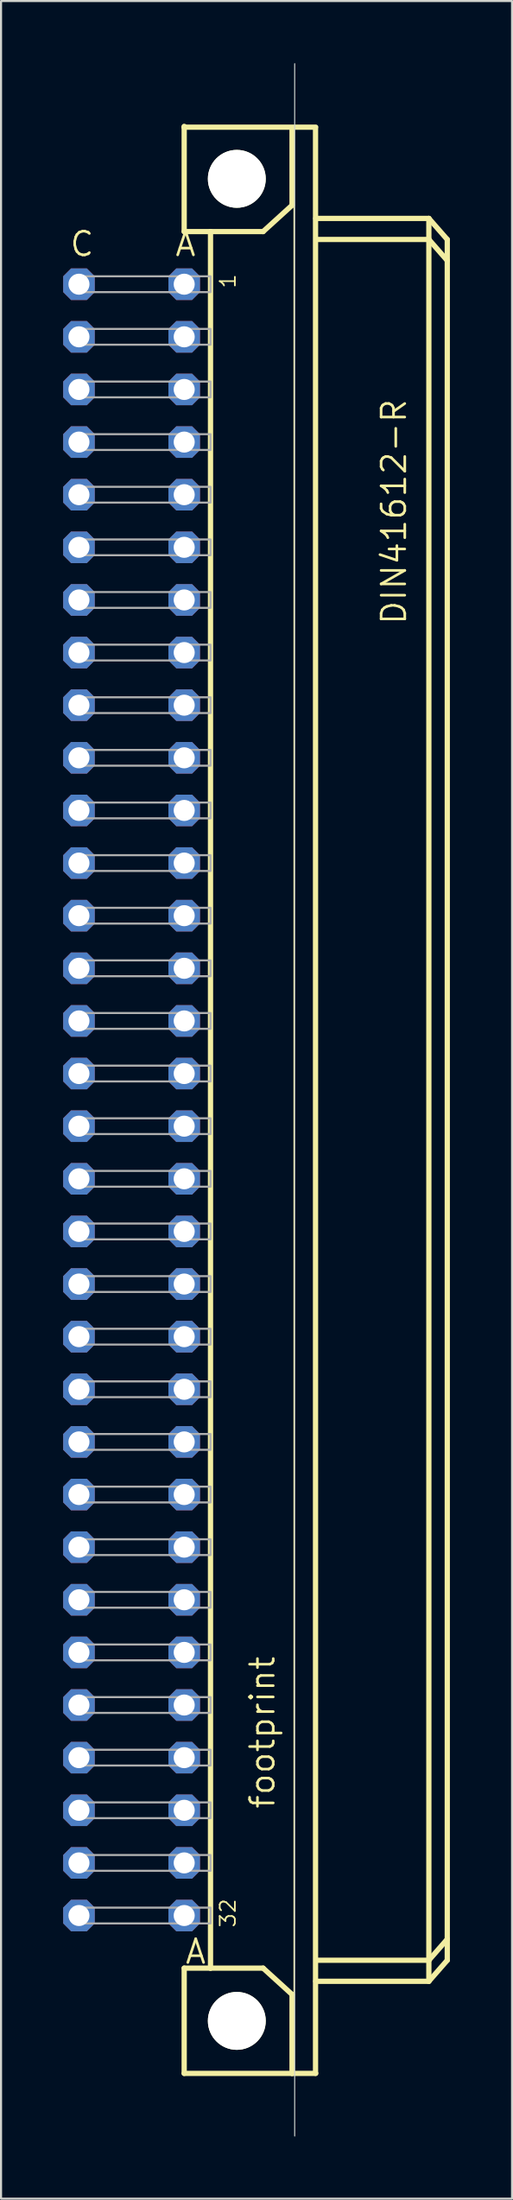
<source format=kicad_pcb>
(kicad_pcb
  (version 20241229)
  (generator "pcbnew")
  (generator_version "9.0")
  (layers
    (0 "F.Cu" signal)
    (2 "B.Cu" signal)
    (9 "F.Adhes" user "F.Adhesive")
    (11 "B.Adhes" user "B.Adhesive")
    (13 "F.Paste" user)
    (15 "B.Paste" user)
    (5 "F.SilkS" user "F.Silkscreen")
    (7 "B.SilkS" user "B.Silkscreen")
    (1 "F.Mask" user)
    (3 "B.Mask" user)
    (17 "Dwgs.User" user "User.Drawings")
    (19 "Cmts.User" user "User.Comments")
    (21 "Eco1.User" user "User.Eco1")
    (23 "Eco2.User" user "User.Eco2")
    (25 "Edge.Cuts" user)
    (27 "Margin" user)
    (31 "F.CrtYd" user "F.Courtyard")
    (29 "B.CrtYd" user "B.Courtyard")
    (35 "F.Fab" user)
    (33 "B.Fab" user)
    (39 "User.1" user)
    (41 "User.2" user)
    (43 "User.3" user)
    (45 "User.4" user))
  (footprint "footprint"
    (layer "F.Cu")
    (at 8.382 50.038)
    (property "Reference" "footprint" (at 1.905 34.29 90) (layer "F.SilkS") (effects (font (size 1.143 1.143) (thickness 0.127)) (justify left bottom)))
    (fp_line (start -2.54 -46.99) (end -2.54 -46.95) (stroke (width 0.254) (type solid)) (layer "F.SilkS"))
    (fp_line (start -2.54 -46.95) (end -2.54 -41.91) (stroke (width 0.254) (type solid)) (layer "F.SilkS"))
    (fp_line (start -2.54 -46.95) (end 3.81 -46.95) (stroke (width 0.254) (type solid)) (layer "F.SilkS"))
    (fp_line (start -2.54 -41.91) (end -1.27 -41.91) (stroke (width 0.254) (type solid)) (layer "F.SilkS"))
    (fp_line (start -2.54 41.91) (end -1.27 41.91) (stroke (width 0.254) (type solid)) (layer "F.SilkS"))
    (fp_line (start -2.54 46.99) (end -2.54 41.91) (stroke (width 0.254) (type solid)) (layer "F.SilkS"))
    (fp_line (start -2.54 46.99) (end 2.667 46.99) (stroke (width 0.254) (type solid)) (layer "F.SilkS"))
    (fp_line (start -1.27 -41.91) (end -1.27 41.91) (stroke (width 0.254) (type solid)) (layer "F.SilkS"))
    (fp_line (start -1.27 -41.91) (end 1.27 -41.91) (stroke (width 0.254) (type solid)) (layer "F.SilkS"))
    (fp_line (start -1.27 41.91) (end 1.27 41.91) (stroke (width 0.254) (type solid)) (layer "F.SilkS"))
    (fp_line (start 1.27 -41.91) (end 2.667 -43.18) (stroke (width 0.254) (type solid)) (layer "F.SilkS"))
    (fp_line (start 1.27 41.91) (end 2.667 43.18) (stroke (width 0.254) (type solid)) (layer "F.SilkS"))
    (fp_line (start 2.667 -43.18) (end 2.667 -46.863) (stroke (width 0.254) (type solid)) (layer "F.SilkS"))
    (fp_line (start 2.667 43.18) (end 2.667 46.99) (stroke (width 0.254) (type solid)) (layer "F.SilkS"))
    (fp_line (start 2.667 46.99) (end 3.81 46.99) (stroke (width 0.254) (type solid)) (layer "F.SilkS"))
    (fp_line (start 2.76 -46.86) (end 2.76 46.987) (stroke (width 0.051) (type solid)) (layer "F.SilkS"))
    (fp_line (start 3.8 46.987) (end 3.8 -46.86) (stroke (width 0.254) (type solid)) (layer "F.SilkS"))
    (fp_line (start 3.81 -42.545) (end 9.271 -42.545) (stroke (width 0.254) (type solid)) (layer "F.SilkS"))
    (fp_line (start 3.937 41.529) (end 9.271 41.529) (stroke (width 0.254) (type solid)) (layer "F.SilkS"))
    (fp_line (start 9.271 -41.529) (end 3.937 -41.529) (stroke (width 0.254) (type solid)) (layer "F.SilkS"))
    (fp_line (start 9.271 -41.529) (end 9.271 -42.545) (stroke (width 0.254) (type solid)) (layer "F.SilkS"))
    (fp_line (start 9.271 41.529) (end 9.271 -41.529) (stroke (width 0.254) (type solid)) (layer "F.SilkS"))
    (fp_line (start 9.271 41.529) (end 10.16 40.513) (stroke (width 0.254) (type solid)) (layer "F.SilkS"))
    (fp_line (start 9.271 42.545) (end 3.81 42.545) (stroke (width 0.254) (type solid)) (layer "F.SilkS"))
    (fp_line (start 9.271 42.545) (end 9.271 41.529) (stroke (width 0.254) (type solid)) (layer "F.SilkS"))
    (fp_line (start 9.271 42.545) (end 10.16 41.529) (stroke (width 0.254) (type solid)) (layer "F.SilkS"))
    (fp_line (start 10.16 -41.529) (end 9.271 -42.545) (stroke (width 0.254) (type solid)) (layer "F.SilkS"))
    (fp_line (start 10.16 -40.513) (end 9.271 -41.529) (stroke (width 0.254) (type solid)) (layer "F.SilkS"))
    (fp_line (start 10.16 -40.513) (end 10.16 -41.529) (stroke (width 0.254) (type solid)) (layer "F.SilkS"))
    (fp_line (start 10.16 40.513) (end 10.16 -40.513) (stroke (width 0.254) (type solid)) (layer "F.SilkS"))
    (fp_line (start 10.16 41.529) (end 10.16 40.513) (stroke (width 0.254) (type solid)) (layer "F.SilkS"))
    (fp_circle (center 0 -44.456) (end 1.27 -44.456) (stroke (width 0.254) (type solid)) (fill no) (layer "F.SilkS"))
    (fp_circle (center 0 44.456) (end 1.27 44.456) (stroke (width 0.254) (type solid)) (fill no) (layer "F.SilkS"))
    (fp_line (start 2.794 50.013) (end 2.794 -50.013) (stroke (width 0.05) (type solid)) (layer "Edge.Cuts"))
    (fp_poly (pts (xy -7.874 -38.989) (xy -1.27 -38.989) (xy -1.27 -39.751) (xy -7.874 -39.751)) (stroke (width 0.1) (type solid)) (fill no) (layer "F.Fab"))
    (fp_poly (pts (xy -7.874 -36.449) (xy -1.27 -36.449) (xy -1.27 -37.211) (xy -7.874 -37.211)) (stroke (width 0.1) (type solid)) (fill no) (layer "F.Fab"))
    (fp_poly (pts (xy -7.874 -33.909) (xy -1.27 -33.909) (xy -1.27 -34.671) (xy -7.874 -34.671)) (stroke (width 0.1) (type solid)) (fill no) (layer "F.Fab"))
    (fp_poly (pts (xy -7.874 -31.369) (xy -1.27 -31.369) (xy -1.27 -32.131) (xy -7.874 -32.131)) (stroke (width 0.1) (type solid)) (fill no) (layer "F.Fab"))
    (fp_poly (pts (xy -7.874 -28.829) (xy -1.27 -28.829) (xy -1.27 -29.591) (xy -7.874 -29.591)) (stroke (width 0.1) (type solid)) (fill no) (layer "F.Fab"))
    (fp_poly (pts (xy -7.874 -26.289) (xy -1.27 -26.289) (xy -1.27 -27.051) (xy -7.874 -27.051)) (stroke (width 0.1) (type solid)) (fill no) (layer "F.Fab"))
    (fp_poly (pts (xy -7.874 -23.749) (xy -1.27 -23.749) (xy -1.27 -24.511) (xy -7.874 -24.511)) (stroke (width 0.1) (type solid)) (fill no) (layer "F.Fab"))
    (fp_poly (pts (xy -7.874 -21.209) (xy -1.27 -21.209) (xy -1.27 -21.971) (xy -7.874 -21.971)) (stroke (width 0.1) (type solid)) (fill no) (layer "F.Fab"))
    (fp_poly (pts (xy -7.874 -18.669) (xy -1.27 -18.669) (xy -1.27 -19.431) (xy -7.874 -19.431)) (stroke (width 0.1) (type solid)) (fill no) (layer "F.Fab"))
    (fp_poly (pts (xy -7.874 -16.129) (xy -1.27 -16.129) (xy -1.27 -16.891) (xy -7.874 -16.891)) (stroke (width 0.1) (type solid)) (fill no) (layer "F.Fab"))
    (fp_poly (pts (xy -7.874 -13.589) (xy -1.27 -13.589) (xy -1.27 -14.351) (xy -7.874 -14.351)) (stroke (width 0.1) (type solid)) (fill no) (layer "F.Fab"))
    (fp_poly (pts (xy -7.874 -11.049) (xy -1.27 -11.049) (xy -1.27 -11.811) (xy -7.874 -11.811)) (stroke (width 0.1) (type solid)) (fill no) (layer "F.Fab"))
    (fp_poly (pts (xy -7.874 -8.509) (xy -1.27 -8.509) (xy -1.27 -9.271) (xy -7.874 -9.271)) (stroke (width 0.1) (type solid)) (fill no) (layer "F.Fab"))
    (fp_poly (pts (xy -7.874 -5.969) (xy -1.27 -5.969) (xy -1.27 -6.731) (xy -7.874 -6.731)) (stroke (width 0.1) (type solid)) (fill no) (layer "F.Fab"))
    (fp_poly (pts (xy -7.874 -3.429) (xy -1.27 -3.429) (xy -1.27 -4.191) (xy -7.874 -4.191)) (stroke (width 0.1) (type solid)) (fill no) (layer "F.Fab"))
    (fp_poly (pts (xy -7.874 -0.889) (xy -1.27 -0.889) (xy -1.27 -1.651) (xy -7.874 -1.651)) (stroke (width 0.1) (type solid)) (fill no) (layer "F.Fab"))
    (fp_poly (pts (xy -7.874 1.651) (xy -1.27 1.651) (xy -1.27 0.889) (xy -7.874 0.889)) (stroke (width 0.1) (type solid)) (fill no) (layer "F.Fab"))
    (fp_poly (pts (xy -7.874 4.191) (xy -1.27 4.191) (xy -1.27 3.429) (xy -7.874 3.429)) (stroke (width 0.1) (type solid)) (fill no) (layer "F.Fab"))
    (fp_poly (pts (xy -7.874 6.731) (xy -1.27 6.731) (xy -1.27 5.969) (xy -7.874 5.969)) (stroke (width 0.1) (type solid)) (fill no) (layer "F.Fab"))
    (fp_poly (pts (xy -7.874 9.271) (xy -1.27 9.271) (xy -1.27 8.509) (xy -7.874 8.509)) (stroke (width 0.1) (type solid)) (fill no) (layer "F.Fab"))
    (fp_poly (pts (xy -7.874 11.811) (xy -1.27 11.811) (xy -1.27 11.049) (xy -7.874 11.049)) (stroke (width 0.1) (type solid)) (fill no) (layer "F.Fab"))
    (fp_poly (pts (xy -7.874 14.351) (xy -1.27 14.351) (xy -1.27 13.589) (xy -7.874 13.589)) (stroke (width 0.1) (type solid)) (fill no) (layer "F.Fab"))
    (fp_poly (pts (xy -7.874 16.891) (xy -1.27 16.891) (xy -1.27 16.129) (xy -7.874 16.129)) (stroke (width 0.1) (type solid)) (fill no) (layer "F.Fab"))
    (fp_poly (pts (xy -7.874 19.431) (xy -1.27 19.431) (xy -1.27 18.669) (xy -7.874 18.669)) (stroke (width 0.1) (type solid)) (fill no) (layer "F.Fab"))
    (fp_poly (pts (xy -7.874 21.971) (xy -1.27 21.971) (xy -1.27 21.209) (xy -7.874 21.209)) (stroke (width 0.1) (type solid)) (fill no) (layer "F.Fab"))
    (fp_poly (pts (xy -7.874 24.511) (xy -1.27 24.511) (xy -1.27 23.749) (xy -7.874 23.749)) (stroke (width 0.1) (type solid)) (fill no) (layer "F.Fab"))
    (fp_poly (pts (xy -7.874 27.051) (xy -1.27 27.051) (xy -1.27 26.289) (xy -7.874 26.289)) (stroke (width 0.1) (type solid)) (fill no) (layer "F.Fab"))
    (fp_poly (pts (xy -7.874 29.591) (xy -1.27 29.591) (xy -1.27 28.829) (xy -7.874 28.829)) (stroke (width 0.1) (type solid)) (fill no) (layer "F.Fab"))
    (fp_poly (pts (xy -7.874 32.131) (xy -1.27 32.131) (xy -1.27 31.369) (xy -7.874 31.369)) (stroke (width 0.1) (type solid)) (fill no) (layer "F.Fab"))
    (fp_poly (pts (xy -7.874 34.671) (xy -1.27 34.671) (xy -1.27 33.909) (xy -7.874 33.909)) (stroke (width 0.1) (type solid)) (fill no) (layer "F.Fab"))
    (fp_poly (pts (xy -7.874 37.211) (xy -1.27 37.211) (xy -1.27 36.449) (xy -7.874 36.449)) (stroke (width 0.1) (type solid)) (fill no) (layer "F.Fab"))
    (fp_poly (pts (xy -7.874 39.751) (xy -1.27 39.751) (xy -1.27 38.989) (xy -7.874 38.989)) (stroke (width 0.1) (type solid)) (fill no) (layer "F.Fab"))
    (fp_text user " A " (at -3.429 41.783 0) (layer "F.SilkS") (effects (font (size 1.143 1.143) (thickness 0.127)) (justify left bottom)))
    (fp_text user "A" (at -3.048 -40.64 0) (layer "F.SilkS") (effects (font (size 1.143 1.143) (thickness 0.127)) (justify left bottom)))
    (fp_text user "C" (at -8.128 -40.64 0) (layer "F.SilkS") (effects (font (size 1.143 1.143) (thickness 0.127)) (justify left bottom)))
    (fp_text user "DIN41612-R" (at 8.255 -22.86 90) (layer "F.SilkS") (effects (font (size 1.143 1.143) (thickness 0.127)) (justify left bottom)))
    (fp_text user "32" (at 0 40.005 90) (layer "F.SilkS") (effects (font (size 0.732 0.732) (thickness 0.081)) (justify left bottom)))
    (fp_text user "1" (at 0 -39.116 90) (layer "F.SilkS") (effects (font (size 0.732 0.732) (thickness 0.081)) (justify left bottom)))
    (pad "" np_thru_hole circle (at 0 -44.456) (size 2.794 2.794) (drill 2.794) (layers "*.Cu" "*.Mask"))
    (pad "" np_thru_hole circle (at 0 44.456) (size 2.794 2.794) (drill 2.794) (layers "*.Cu" "*.Mask"))
    (pad "A1" thru_hole roundrect (at -2.54 -39.37) (size 1.524 1.524) (drill 1.016) (layers "*.Cu" "*.Mask") (roundrect_rratio 0.25) (chamfer_ratio 0.25) (chamfer top_left top_right bottom_left bottom_right))
    (pad "A2" thru_hole roundrect (at -2.54 -36.83) (size 1.524 1.524) (drill 1.016) (layers "*.Cu" "*.Mask") (roundrect_rratio 0.25) (chamfer_ratio 0.25) (chamfer top_left top_right bottom_left bottom_right))
    (pad "A3" thru_hole roundrect (at -2.54 -34.29) (size 1.524 1.524) (drill 1.016) (layers "*.Cu" "*.Mask") (roundrect_rratio 0.25) (chamfer_ratio 0.25) (chamfer top_left top_right bottom_left bottom_right))
    (pad "A4" thru_hole roundrect (at -2.54 -31.75) (size 1.524 1.524) (drill 1.016) (layers "*.Cu" "*.Mask") (roundrect_rratio 0.25) (chamfer_ratio 0.25) (chamfer top_left top_right bottom_left bottom_right))
    (pad "A5" thru_hole roundrect (at -2.54 -29.21) (size 1.524 1.524) (drill 1.016) (layers "*.Cu" "*.Mask") (roundrect_rratio 0.25) (chamfer_ratio 0.25) (chamfer top_left top_right bottom_left bottom_right))
    (pad "A6" thru_hole roundrect (at -2.54 -26.67) (size 1.524 1.524) (drill 1.016) (layers "*.Cu" "*.Mask") (roundrect_rratio 0.25) (chamfer_ratio 0.25) (chamfer top_left top_right bottom_left bottom_right))
    (pad "A7" thru_hole roundrect (at -2.54 -24.13) (size 1.524 1.524) (drill 1.016) (layers "*.Cu" "*.Mask") (roundrect_rratio 0.25) (chamfer_ratio 0.25) (chamfer top_left top_right bottom_left bottom_right))
    (pad "A8" thru_hole roundrect (at -2.54 -21.59) (size 1.524 1.524) (drill 1.016) (layers "*.Cu" "*.Mask") (roundrect_rratio 0.25) (chamfer_ratio 0.25) (chamfer top_left top_right bottom_left bottom_right))
    (pad "A9" thru_hole roundrect (at -2.54 -19.05) (size 1.524 1.524) (drill 1.016) (layers "*.Cu" "*.Mask") (roundrect_rratio 0.25) (chamfer_ratio 0.25) (chamfer top_left top_right bottom_left bottom_right))
    (pad "A10" thru_hole roundrect (at -2.54 -16.51) (size 1.524 1.524) (drill 1.016) (layers "*.Cu" "*.Mask") (roundrect_rratio 0.25) (chamfer_ratio 0.25) (chamfer top_left top_right bottom_left bottom_right))
    (pad "A11" thru_hole roundrect (at -2.54 -13.97) (size 1.524 1.524) (drill 1.016) (layers "*.Cu" "*.Mask") (roundrect_rratio 0.25) (chamfer_ratio 0.25) (chamfer top_left top_right bottom_left bottom_right))
    (pad "A12" thru_hole roundrect (at -2.54 -11.43) (size 1.524 1.524) (drill 1.016) (layers "*.Cu" "*.Mask") (roundrect_rratio 0.25) (chamfer_ratio 0.25) (chamfer top_left top_right bottom_left bottom_right))
    (pad "A13" thru_hole roundrect (at -2.54 -8.89) (size 1.524 1.524) (drill 1.016) (layers "*.Cu" "*.Mask") (roundrect_rratio 0.25) (chamfer_ratio 0.25) (chamfer top_left top_right bottom_left bottom_right))
    (pad "A14" thru_hole roundrect (at -2.54 -6.35) (size 1.524 1.524) (drill 1.016) (layers "*.Cu" "*.Mask") (roundrect_rratio 0.25) (chamfer_ratio 0.25) (chamfer top_left top_right bottom_left bottom_right))
    (pad "A15" thru_hole roundrect (at -2.54 -3.81) (size 1.524 1.524) (drill 1.016) (layers "*.Cu" "*.Mask") (roundrect_rratio 0.25) (chamfer_ratio 0.25) (chamfer top_left top_right bottom_left bottom_right))
    (pad "A16" thru_hole roundrect (at -2.54 -1.27) (size 1.524 1.524) (drill 1.016) (layers "*.Cu" "*.Mask") (roundrect_rratio 0.25) (chamfer_ratio 0.25) (chamfer top_left top_right bottom_left bottom_right))
    (pad "A17" thru_hole roundrect (at -2.54 1.27) (size 1.524 1.524) (drill 1.016) (layers "*.Cu" "*.Mask") (roundrect_rratio 0.25) (chamfer_ratio 0.25) (chamfer top_left top_right bottom_left bottom_right))
    (pad "A18" thru_hole roundrect (at -2.54 3.81) (size 1.524 1.524) (drill 1.016) (layers "*.Cu" "*.Mask") (roundrect_rratio 0.25) (chamfer_ratio 0.25) (chamfer top_left top_right bottom_left bottom_right))
    (pad "A19" thru_hole roundrect (at -2.54 6.35) (size 1.524 1.524) (drill 1.016) (layers "*.Cu" "*.Mask") (roundrect_rratio 0.25) (chamfer_ratio 0.25) (chamfer top_left top_right bottom_left bottom_right))
    (pad "A20" thru_hole roundrect (at -2.54 8.89) (size 1.524 1.524) (drill 1.016) (layers "*.Cu" "*.Mask") (roundrect_rratio 0.25) (chamfer_ratio 0.25) (chamfer top_left top_right bottom_left bottom_right))
    (pad "A21" thru_hole roundrect (at -2.54 11.43) (size 1.524 1.524) (drill 1.016) (layers "*.Cu" "*.Mask") (roundrect_rratio 0.25) (chamfer_ratio 0.25) (chamfer top_left top_right bottom_left bottom_right))
    (pad "A22" thru_hole roundrect (at -2.54 13.97) (size 1.524 1.524) (drill 1.016) (layers "*.Cu" "*.Mask") (roundrect_rratio 0.25) (chamfer_ratio 0.25) (chamfer top_left top_right bottom_left bottom_right))
    (pad "A23" thru_hole roundrect (at -2.54 16.51) (size 1.524 1.524) (drill 1.016) (layers "*.Cu" "*.Mask") (roundrect_rratio 0.25) (chamfer_ratio 0.25) (chamfer top_left top_right bottom_left bottom_right))
    (pad "A24" thru_hole roundrect (at -2.54 19.05) (size 1.524 1.524) (drill 1.016) (layers "*.Cu" "*.Mask") (roundrect_rratio 0.25) (chamfer_ratio 0.25) (chamfer top_left top_right bottom_left bottom_right))
    (pad "A25" thru_hole roundrect (at -2.54 21.59) (size 1.524 1.524) (drill 1.016) (layers "*.Cu" "*.Mask") (roundrect_rratio 0.25) (chamfer_ratio 0.25) (chamfer top_left top_right bottom_left bottom_right))
    (pad "A26" thru_hole roundrect (at -2.54 24.13) (size 1.524 1.524) (drill 1.016) (layers "*.Cu" "*.Mask") (roundrect_rratio 0.25) (chamfer_ratio 0.25) (chamfer top_left top_right bottom_left bottom_right))
    (pad "A27" thru_hole roundrect (at -2.54 26.67) (size 1.524 1.524) (drill 1.016) (layers "*.Cu" "*.Mask") (roundrect_rratio 0.25) (chamfer_ratio 0.25) (chamfer top_left top_right bottom_left bottom_right))
    (pad "A28" thru_hole roundrect (at -2.54 29.21) (size 1.524 1.524) (drill 1.016) (layers "*.Cu" "*.Mask") (roundrect_rratio 0.25) (chamfer_ratio 0.25) (chamfer top_left top_right bottom_left bottom_right))
    (pad "A29" thru_hole roundrect (at -2.54 31.75) (size 1.524 1.524) (drill 1.016) (layers "*.Cu" "*.Mask") (roundrect_rratio 0.25) (chamfer_ratio 0.25) (chamfer top_left top_right bottom_left bottom_right))
    (pad "A30" thru_hole roundrect (at -2.54 34.29) (size 1.524 1.524) (drill 1.016) (layers "*.Cu" "*.Mask") (roundrect_rratio 0.25) (chamfer_ratio 0.25) (chamfer top_left top_right bottom_left bottom_right))
    (pad "A31" thru_hole roundrect (at -2.54 36.83) (size 1.524 1.524) (drill 1.016) (layers "*.Cu" "*.Mask") (roundrect_rratio 0.25) (chamfer_ratio 0.25) (chamfer top_left top_right bottom_left bottom_right))
    (pad "A32" thru_hole roundrect (at -2.54 39.37) (size 1.524 1.524) (drill 1.016) (layers "*.Cu" "*.Mask") (roundrect_rratio 0.25) (chamfer_ratio 0.25) (chamfer top_left top_right bottom_left bottom_right))
    (pad "C1" thru_hole roundrect (at -7.62 -39.37) (size 1.524 1.524) (drill 1.016) (layers "*.Cu" "*.Mask") (roundrect_rratio 0.25) (chamfer_ratio 0.25) (chamfer top_left top_right bottom_left bottom_right))
    (pad "C2" thru_hole roundrect (at -7.62 -36.83) (size 1.524 1.524) (drill 1.016) (layers "*.Cu" "*.Mask") (roundrect_rratio 0.25) (chamfer_ratio 0.25) (chamfer top_left top_right bottom_left bottom_right))
    (pad "C3" thru_hole roundrect (at -7.62 -34.29) (size 1.524 1.524) (drill 1.016) (layers "*.Cu" "*.Mask") (roundrect_rratio 0.25) (chamfer_ratio 0.25) (chamfer top_left top_right bottom_left bottom_right))
    (pad "C4" thru_hole roundrect (at -7.62 -31.75) (size 1.524 1.524) (drill 1.016) (layers "*.Cu" "*.Mask") (roundrect_rratio 0.25) (chamfer_ratio 0.25) (chamfer top_left top_right bottom_left bottom_right))
    (pad "C5" thru_hole roundrect (at -7.62 -29.21) (size 1.524 1.524) (drill 1.016) (layers "*.Cu" "*.Mask") (roundrect_rratio 0.25) (chamfer_ratio 0.25) (chamfer top_left top_right bottom_left bottom_right))
    (pad "C6" thru_hole roundrect (at -7.62 -26.67) (size 1.524 1.524) (drill 1.016) (layers "*.Cu" "*.Mask") (roundrect_rratio 0.25) (chamfer_ratio 0.25) (chamfer top_left top_right bottom_left bottom_right))
    (pad "C7" thru_hole roundrect (at -7.62 -24.13) (size 1.524 1.524) (drill 1.016) (layers "*.Cu" "*.Mask") (roundrect_rratio 0.25) (chamfer_ratio 0.25) (chamfer top_left top_right bottom_left bottom_right))
    (pad "C8" thru_hole roundrect (at -7.62 -21.59) (size 1.524 1.524) (drill 1.016) (layers "*.Cu" "*.Mask") (roundrect_rratio 0.25) (chamfer_ratio 0.25) (chamfer top_left top_right bottom_left bottom_right))
    (pad "C9" thru_hole roundrect (at -7.62 -19.05) (size 1.524 1.524) (drill 1.016) (layers "*.Cu" "*.Mask") (roundrect_rratio 0.25) (chamfer_ratio 0.25) (chamfer top_left top_right bottom_left bottom_right))
    (pad "C10" thru_hole roundrect (at -7.62 -16.51) (size 1.524 1.524) (drill 1.016) (layers "*.Cu" "*.Mask") (roundrect_rratio 0.25) (chamfer_ratio 0.25) (chamfer top_left top_right bottom_left bottom_right))
    (pad "C11" thru_hole roundrect (at -7.62 -13.97) (size 1.524 1.524) (drill 1.016) (layers "*.Cu" "*.Mask") (roundrect_rratio 0.25) (chamfer_ratio 0.25) (chamfer top_left top_right bottom_left bottom_right))
    (pad "C12" thru_hole roundrect (at -7.62 -11.43) (size 1.524 1.524) (drill 1.016) (layers "*.Cu" "*.Mask") (roundrect_rratio 0.25) (chamfer_ratio 0.25) (chamfer top_left top_right bottom_left bottom_right))
    (pad "C13" thru_hole roundrect (at -7.62 -8.89) (size 1.524 1.524) (drill 1.016) (layers "*.Cu" "*.Mask") (roundrect_rratio 0.25) (chamfer_ratio 0.25) (chamfer top_left top_right bottom_left bottom_right))
    (pad "C14" thru_hole roundrect (at -7.62 -6.35) (size 1.524 1.524) (drill 1.016) (layers "*.Cu" "*.Mask") (roundrect_rratio 0.25) (chamfer_ratio 0.25) (chamfer top_left top_right bottom_left bottom_right))
    (pad "C15" thru_hole roundrect (at -7.62 -3.81) (size 1.524 1.524) (drill 1.016) (layers "*.Cu" "*.Mask") (roundrect_rratio 0.25) (chamfer_ratio 0.25) (chamfer top_left top_right bottom_left bottom_right))
    (pad "C16" thru_hole roundrect (at -7.62 -1.27) (size 1.524 1.524) (drill 1.016) (layers "*.Cu" "*.Mask") (roundrect_rratio 0.25) (chamfer_ratio 0.25) (chamfer top_left top_right bottom_left bottom_right))
    (pad "C17" thru_hole roundrect (at -7.62 1.27) (size 1.524 1.524) (drill 1.016) (layers "*.Cu" "*.Mask") (roundrect_rratio 0.25) (chamfer_ratio 0.25) (chamfer top_left top_right bottom_left bottom_right))
    (pad "C18" thru_hole roundrect (at -7.62 3.81) (size 1.524 1.524) (drill 1.016) (layers "*.Cu" "*.Mask") (roundrect_rratio 0.25) (chamfer_ratio 0.25) (chamfer top_left top_right bottom_left bottom_right))
    (pad "C19" thru_hole roundrect (at -7.62 6.35) (size 1.524 1.524) (drill 1.016) (layers "*.Cu" "*.Mask") (roundrect_rratio 0.25) (chamfer_ratio 0.25) (chamfer top_left top_right bottom_left bottom_right))
    (pad "C20" thru_hole roundrect (at -7.62 8.89) (size 1.524 1.524) (drill 1.016) (layers "*.Cu" "*.Mask") (roundrect_rratio 0.25) (chamfer_ratio 0.25) (chamfer top_left top_right bottom_left bottom_right))
    (pad "C21" thru_hole roundrect (at -7.62 11.43) (size 1.524 1.524) (drill 1.016) (layers "*.Cu" "*.Mask") (roundrect_rratio 0.25) (chamfer_ratio 0.25) (chamfer top_left top_right bottom_left bottom_right))
    (pad "C22" thru_hole roundrect (at -7.62 13.97) (size 1.524 1.524) (drill 1.016) (layers "*.Cu" "*.Mask") (roundrect_rratio 0.25) (chamfer_ratio 0.25) (chamfer top_left top_right bottom_left bottom_right))
    (pad "C23" thru_hole roundrect (at -7.62 16.51) (size 1.524 1.524) (drill 1.016) (layers "*.Cu" "*.Mask") (roundrect_rratio 0.25) (chamfer_ratio 0.25) (chamfer top_left top_right bottom_left bottom_right))
    (pad "C24" thru_hole roundrect (at -7.62 19.05) (size 1.524 1.524) (drill 1.016) (layers "*.Cu" "*.Mask") (roundrect_rratio 0.25) (chamfer_ratio 0.25) (chamfer top_left top_right bottom_left bottom_right))
    (pad "C25" thru_hole roundrect (at -7.62 21.59) (size 1.524 1.524) (drill 1.016) (layers "*.Cu" "*.Mask") (roundrect_rratio 0.25) (chamfer_ratio 0.25) (chamfer top_left top_right bottom_left bottom_right))
    (pad "C26" thru_hole roundrect (at -7.62 24.13) (size 1.524 1.524) (drill 1.016) (layers "*.Cu" "*.Mask") (roundrect_rratio 0.25) (chamfer_ratio 0.25) (chamfer top_left top_right bottom_left bottom_right))
    (pad "C27" thru_hole roundrect (at -7.62 26.67) (size 1.524 1.524) (drill 1.016) (layers "*.Cu" "*.Mask") (roundrect_rratio 0.25) (chamfer_ratio 0.25) (chamfer top_left top_right bottom_left bottom_right))
    (pad "C28" thru_hole roundrect (at -7.62 29.21) (size 1.524 1.524) (drill 1.016) (layers "*.Cu" "*.Mask") (roundrect_rratio 0.25) (chamfer_ratio 0.25) (chamfer top_left top_right bottom_left bottom_right))
    (pad "C29" thru_hole roundrect (at -7.62 31.75) (size 1.524 1.524) (drill 1.016) (layers "*.Cu" "*.Mask") (roundrect_rratio 0.25) (chamfer_ratio 0.25) (chamfer top_left top_right bottom_left bottom_right))
    (pad "C30" thru_hole roundrect (at -7.62 34.29) (size 1.524 1.524) (drill 1.016) (layers "*.Cu" "*.Mask") (roundrect_rratio 0.25) (chamfer_ratio 0.25) (chamfer top_left top_right bottom_left bottom_right))
    (pad "C31" thru_hole roundrect (at -7.62 36.83) (size 1.524 1.524) (drill 1.016) (layers "*.Cu" "*.Mask") (roundrect_rratio 0.25) (chamfer_ratio 0.25) (chamfer top_left top_right bottom_left bottom_right))
    (pad "C32" thru_hole roundrect (at -7.62 39.37) (size 1.524 1.524) (drill 1.016) (layers "*.Cu" "*.Mask") (roundrect_rratio 0.25) (chamfer_ratio 0.25) (chamfer top_left top_right bottom_left bottom_right))
    (zone (net_name "") (layers "F.Cu" "B.Cu") (hatch edge 0.508) (connect_pads) (min_thickness 0.254) (filled_areas_thickness no) (keepout (tracks allowed) (vias not_allowed) (pads allowed) (copperpour allowed) (footprints allowed)) (placement (enabled no)) (fill) (polygon (pts (xy 11.557 5.581) (xy 11.509 5.03) (xy 11.366 4.495) (xy 11.132 3.994) (xy 10.814 3.54) (xy 10.423 3.149) (xy 9.97 2.832) (xy 9.468 2.598) (xy 8.933 2.454) (xy 8.382 2.406) (xy 7.831 2.454) (xy 7.296 2.598) (xy 6.795 2.832) (xy 6.341 3.149) (xy 5.95 3.54) (xy 5.632 3.994) (xy 5.398 4.495) (xy 5.255 5.03) (xy 5.207 5.581) (xy 5.255 6.133) (xy 5.398 6.667) (xy 5.632 7.169) (xy 5.95 7.622) (xy 6.341 8.013) (xy 6.795 8.331) (xy 7.296 8.565) (xy 7.831 8.708) (xy 8.382 8.756) (xy 8.933 8.708) (xy 9.468 8.565) (xy 9.97 8.331) (xy 10.423 8.013) (xy 10.814 7.622) (xy 11.132 7.169) (xy 11.366 6.667) (xy 11.509 6.133))) (polygon (pts (xy 9.779 5.581) (xy 9.758 5.339) (xy 9.695 5.103) (xy 9.592 4.883) (xy 9.452 4.683) (xy 9.28 4.511) (xy 9.081 4.371) (xy 8.86 4.268) (xy 8.625 4.205) (xy 8.382 4.184) (xy 8.139 4.205) (xy 7.904 4.268) (xy 7.684 4.371) (xy 7.484 4.511) (xy 7.312 4.683) (xy 7.172 4.883) (xy 7.069 5.103) (xy 7.006 5.339) (xy 6.985 5.581) (xy 7.006 5.824) (xy 7.069 6.059) (xy 7.172 6.28) (xy 7.312 6.479) (xy 7.484 6.651) (xy 7.684 6.791) (xy 7.904 6.894) (xy 8.139 6.957) (xy 8.382 6.978) (xy 8.625 6.957) (xy 8.86 6.894) (xy 9.081 6.791) (xy 9.28 6.651) (xy 9.452 6.479) (xy 9.592 6.28) (xy 9.695 6.059) (xy 9.758 5.824))))
    (zone (net_name "") (layers "F.Cu" "B.Cu") (hatch edge 0.508) (connect_pads) (min_thickness 0.254) (filled_areas_thickness no) (keepout (tracks allowed) (vias not_allowed) (pads allowed) (copperpour allowed) (footprints allowed)) (placement (enabled no)) (fill) (polygon (pts (xy 11.557 94.494) (xy 11.509 93.943) (xy 11.366 93.408) (xy 11.132 92.906) (xy 10.814 92.453) (xy 10.423 92.062) (xy 9.97 91.744) (xy 9.468 91.51) (xy 8.933 91.367) (xy 8.382 91.319) (xy 7.831 91.367) (xy 7.296 91.51) (xy 6.795 91.744) (xy 6.341 92.062) (xy 5.95 92.453) (xy 5.632 92.906) (xy 5.398 93.408) (xy 5.255 93.943) (xy 5.207 94.494) (xy 5.255 95.045) (xy 5.398 95.58) (xy 5.632 96.082) (xy 5.95 96.535) (xy 6.341 96.926) (xy 6.795 97.244) (xy 7.296 97.478) (xy 7.831 97.621) (xy 8.382 97.669) (xy 8.933 97.621) (xy 9.468 97.478) (xy 9.97 97.244) (xy 10.423 96.926) (xy 10.814 96.535) (xy 11.132 96.082) (xy 11.366 95.58) (xy 11.509 95.045))) (polygon (pts (xy 9.779 94.494) (xy 9.758 94.251) (xy 9.695 94.016) (xy 9.592 93.796) (xy 9.452 93.596) (xy 9.28 93.424) (xy 9.081 93.284) (xy 8.86 93.181) (xy 8.625 93.118) (xy 8.382 93.097) (xy 8.139 93.118) (xy 7.904 93.181) (xy 7.684 93.284) (xy 7.484 93.424) (xy 7.312 93.596) (xy 7.172 93.796) (xy 7.069 94.016) (xy 7.006 94.251) (xy 6.985 94.494) (xy 7.006 94.737) (xy 7.069 94.972) (xy 7.172 95.192) (xy 7.312 95.392) (xy 7.484 95.564) (xy 7.684 95.704) (xy 7.904 95.807) (xy 8.139 95.87) (xy 8.382 95.891) (xy 8.625 95.87) (xy 8.86 95.807) (xy 9.081 95.704) (xy 9.28 95.564) (xy 9.452 95.392) (xy 9.592 95.192) (xy 9.695 94.972) (xy 9.758 94.737))))
    (zone (net_name "") (layer "B.Cu") (hatch edge 0.508) (connect_pads) (min_thickness 0.254) (filled_areas_thickness no) (keepout (tracks not_allowed) (vias not_allowed) (pads not_allowed) (copperpour not_allowed) (footprints allowed)) (placement (enabled no)) (fill) (polygon (pts (xy 11.557 5.581) (xy 11.509 5.03) (xy 11.366 4.495) (xy 11.132 3.994) (xy 10.814 3.54) (xy 10.423 3.149) (xy 9.97 2.832) (xy 9.468 2.598) (xy 8.933 2.454) (xy 8.382 2.406) (xy 7.831 2.454) (xy 7.296 2.598) (xy 6.795 2.832) (xy 6.341 3.149) (xy 5.95 3.54) (xy 5.632 3.994) (xy 5.398 4.495) (xy 5.255 5.03) (xy 5.207 5.581) (xy 5.255 6.133) (xy 5.398 6.667) (xy 5.632 7.169) (xy 5.95 7.622) (xy 6.341 8.013) (xy 6.795 8.331) (xy 7.296 8.565) (xy 7.831 8.708) (xy 8.382 8.756) (xy 8.933 8.708) (xy 9.468 8.565) (xy 9.97 8.331) (xy 10.423 8.013) (xy 10.814 7.622) (xy 11.132 7.169) (xy 11.366 6.667) (xy 11.509 6.133))) (polygon (pts (xy 9.779 5.581) (xy 9.758 5.339) (xy 9.695 5.103) (xy 9.592 4.883) (xy 9.452 4.683) (xy 9.28 4.511) (xy 9.081 4.371) (xy 8.86 4.268) (xy 8.625 4.205) (xy 8.382 4.184) (xy 8.139 4.205) (xy 7.904 4.268) (xy 7.684 4.371) (xy 7.484 4.511) (xy 7.312 4.683) (xy 7.172 4.883) (xy 7.069 5.103) (xy 7.006 5.339) (xy 6.985 5.581) (xy 7.006 5.824) (xy 7.069 6.059) (xy 7.172 6.28) (xy 7.312 6.479) (xy 7.484 6.651) (xy 7.684 6.791) (xy 7.904 6.894) (xy 8.139 6.957) (xy 8.382 6.978) (xy 8.625 6.957) (xy 8.86 6.894) (xy 9.081 6.791) (xy 9.28 6.651) (xy 9.452 6.479) (xy 9.592 6.28) (xy 9.695 6.059) (xy 9.758 5.824))))
    (zone (net_name "") (layer "B.Cu") (hatch edge 0.508) (connect_pads) (min_thickness 0.254) (filled_areas_thickness no) (keepout (tracks not_allowed) (vias not_allowed) (pads not_allowed) (copperpour not_allowed) (footprints allowed)) (placement (enabled no)) (fill) (polygon (pts (xy 11.557 94.494) (xy 11.509 93.943) (xy 11.366 93.408) (xy 11.132 92.906) (xy 10.814 92.453) (xy 10.423 92.062) (xy 9.97 91.744) (xy 9.468 91.51) (xy 8.933 91.367) (xy 8.382 91.319) (xy 7.831 91.367) (xy 7.296 91.51) (xy 6.795 91.744) (xy 6.341 92.062) (xy 5.95 92.453) (xy 5.632 92.906) (xy 5.398 93.408) (xy 5.255 93.943) (xy 5.207 94.494) (xy 5.255 95.045) (xy 5.398 95.58) (xy 5.632 96.082) (xy 5.95 96.535) (xy 6.341 96.926) (xy 6.795 97.244) (xy 7.296 97.478) (xy 7.831 97.621) (xy 8.382 97.669) (xy 8.933 97.621) (xy 9.468 97.478) (xy 9.97 97.244) (xy 10.423 96.926) (xy 10.814 96.535) (xy 11.132 96.082) (xy 11.366 95.58) (xy 11.509 95.045))) (polygon (pts (xy 9.779 94.494) (xy 9.758 94.251) (xy 9.695 94.016) (xy 9.592 93.796) (xy 9.452 93.596) (xy 9.28 93.424) (xy 9.081 93.284) (xy 8.86 93.181) (xy 8.625 93.118) (xy 8.382 93.097) (xy 8.139 93.118) (xy 7.904 93.181) (xy 7.684 93.284) (xy 7.484 93.424) (xy 7.312 93.596) (xy 7.172 93.796) (xy 7.069 94.016) (xy 7.006 94.251) (xy 6.985 94.494) (xy 7.006 94.737) (xy 7.069 94.972) (xy 7.172 95.192) (xy 7.312 95.392) (xy 7.484 95.564) (xy 7.684 95.704) (xy 7.904 95.807) (xy 8.139 95.87) (xy 8.382 95.891) (xy 8.625 95.87) (xy 8.86 95.807) (xy 9.081 95.704) (xy 9.28 95.564) (xy 9.452 95.392) (xy 9.592 95.192) (xy 9.695 94.972) (xy 9.758 94.737)))))
  (gr_rect
    (start -3 -3)
    (end 21.669 103.075)
    (stroke (width 0.1) (type default))
    (fill no)
    (layer "Edge.Cuts")))
</source>
